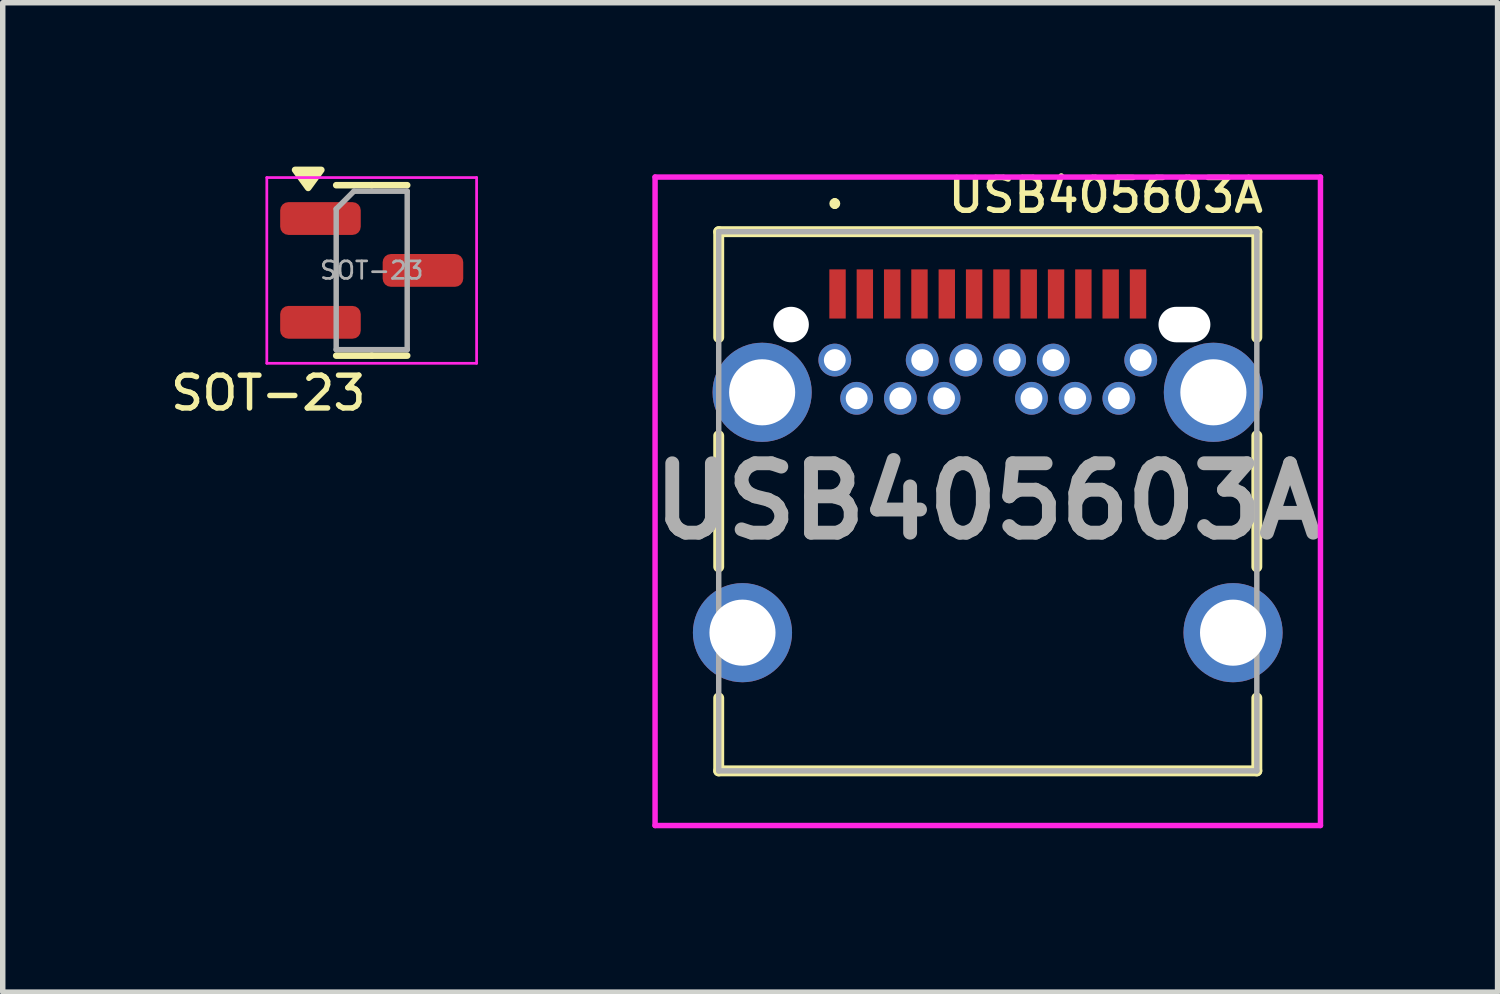
<source format=kicad_pcb>
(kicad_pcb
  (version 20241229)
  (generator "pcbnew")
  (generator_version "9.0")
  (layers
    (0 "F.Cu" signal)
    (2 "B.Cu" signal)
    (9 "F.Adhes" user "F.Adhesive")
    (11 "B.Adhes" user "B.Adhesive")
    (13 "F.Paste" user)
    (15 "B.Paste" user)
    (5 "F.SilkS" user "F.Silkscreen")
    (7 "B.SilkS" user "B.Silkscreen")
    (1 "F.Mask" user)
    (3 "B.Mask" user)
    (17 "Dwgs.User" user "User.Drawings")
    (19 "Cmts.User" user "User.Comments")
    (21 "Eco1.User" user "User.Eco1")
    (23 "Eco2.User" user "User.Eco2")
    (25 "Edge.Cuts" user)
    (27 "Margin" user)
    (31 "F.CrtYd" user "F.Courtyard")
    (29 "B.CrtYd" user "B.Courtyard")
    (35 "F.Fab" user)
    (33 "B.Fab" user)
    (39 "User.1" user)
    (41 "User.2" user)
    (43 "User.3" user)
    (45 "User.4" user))
  (footprint "USB405603A"
    (layer "F.Cu")
    (at 15.031 8.531)
    (property "Reference" "USB405603A" (at 2.16 -8.005 0) (layer "F.SilkS") (effects (font (size 0.6 0.6) (thickness 0.1))))
    (attr through_hole)
    (fp_line (start -4.925 -7.34) (end 4.925 -7.34) (stroke (width 0.2) (type solid)) (layer "F.SilkS"))
    (fp_line (start -4.925 -5.405) (end -4.925 -7.34) (stroke (width 0.2) (type solid)) (layer "F.SilkS"))
    (fp_line (start -4.925 -3.605) (end -4.925 -1.205) (stroke (width 0.2) (type solid)) (layer "F.SilkS"))
    (fp_line (start -4.925 1.195) (end -4.925 2.53) (stroke (width 0.2) (type solid)) (layer "F.SilkS"))
    (fp_line (start -4.925 2.53) (end 4.925 2.53) (stroke (width 0.2) (type solid)) (layer "F.SilkS"))
    (fp_line (start -2.8 -7.905) (end -2.8 -7.905) (stroke (width 0.1) (type solid)) (layer "F.SilkS"))
    (fp_line (start -2.8 -7.805) (end -2.8 -7.805) (stroke (width 0.1) (type solid)) (layer "F.SilkS"))
    (fp_line (start 4.925 -7.34) (end 4.925 -5.405) (stroke (width 0.2) (type solid)) (layer "F.SilkS"))
    (fp_line (start 4.925 -1.205) (end 4.925 -3.605) (stroke (width 0.2) (type solid)) (layer "F.SilkS"))
    (fp_line (start 4.925 2.53) (end 4.925 1.195) (stroke (width 0.2) (type solid)) (layer "F.SilkS"))
    (fp_arc (start -2.8 -7.905) (mid -2.75 -7.855) (end -2.8 -7.805) (stroke (width 0.1) (type solid)) (layer "F.SilkS"))
    (fp_arc (start -2.8 -7.805) (mid -2.85 -7.855) (end -2.8 -7.905) (stroke (width 0.1) (type solid)) (layer "F.SilkS"))
    (fp_line (start -6.09 -8.34) (end 6.09 -8.34) (stroke (width 0.1) (type solid)) (layer "F.CrtYd"))
    (fp_line (start -6.09 3.53) (end -6.09 -8.34) (stroke (width 0.1) (type solid)) (layer "F.CrtYd"))
    (fp_line (start 6.09 -8.34) (end 6.09 3.53) (stroke (width 0.1) (type solid)) (layer "F.CrtYd"))
    (fp_line (start 6.09 3.53) (end -6.09 3.53) (stroke (width 0.1) (type solid)) (layer "F.CrtYd"))
    (fp_line (start -4.925 -7.34) (end 4.925 -7.34) (stroke (width 0.1) (type solid)) (layer "F.Fab"))
    (fp_line (start -4.925 2.53) (end -4.925 -7.34) (stroke (width 0.1) (type solid)) (layer "F.Fab"))
    (fp_line (start 4.925 -7.34) (end 4.925 2.53) (stroke (width 0.1) (type solid)) (layer "F.Fab"))
    (fp_line (start 4.925 2.53) (end -4.925 2.53) (stroke (width 0.1) (type solid)) (layer "F.Fab"))
    (fp_text user "${REFERENCE}" (at 0 -2.405 0) (layer "F.Fab") (effects (font (size 1.27 1.27) (thickness 0.254))))
    (pad "" np_thru_hole circle (at -3.6 -5.64) (size 0.65 0.65) (drill 0.65) (layers "*.Cu" "*.Mask"))
    (pad "" np_thru_hole oval (at 3.6 -5.64) (size 0.95 0.65) (drill oval 0.95 0.65) (layers "*.Cu" "*.Mask"))
    (pad "A1" smd rect (at -2.75 -6.2) (size 0.3 0.9) (layers "F.Cu" "F.Mask" "F.Paste"))
    (pad "A2" smd rect (at -2.25 -6.2) (size 0.3 0.9) (layers "F.Cu" "F.Mask" "F.Paste"))
    (pad "A3" smd rect (at -1.75 -6.2) (size 0.3 0.9) (layers "F.Cu" "F.Mask" "F.Paste"))
    (pad "A4" smd rect (at -1.25 -6.2) (size 0.3 0.9) (layers "F.Cu" "F.Mask" "F.Paste"))
    (pad "A5" smd rect (at -0.75 -6.2) (size 0.3 0.9) (layers "F.Cu" "F.Mask" "F.Paste"))
    (pad "A6" smd rect (at -0.25 -6.2) (size 0.3 0.9) (layers "F.Cu" "F.Mask" "F.Paste"))
    (pad "A7" smd rect (at 0.25 -6.2) (size 0.3 0.9) (layers "F.Cu" "F.Mask" "F.Paste"))
    (pad "A8" smd rect (at 0.75 -6.2) (size 0.3 0.9) (layers "F.Cu" "F.Mask" "F.Paste"))
    (pad "A9" smd rect (at 1.25 -6.2) (size 0.3 0.9) (layers "F.Cu" "F.Mask" "F.Paste"))
    (pad "A10" smd rect (at 1.75 -6.2) (size 0.3 0.9) (layers "F.Cu" "F.Mask" "F.Paste"))
    (pad "A11" smd rect (at 2.25 -6.2) (size 0.3 0.9) (layers "F.Cu" "F.Mask" "F.Paste"))
    (pad "A12" smd rect (at 2.75 -6.2) (size 0.3 0.9) (layers "F.Cu" "F.Mask" "F.Paste"))
    (pad "B1" thru_hole circle (at 2.8 -4.99) (size 0.6 0.6) (drill 0.4) (layers "*.Cu" "*.Mask"))
    (pad "B2" thru_hole circle (at 2.4 -4.29) (size 0.6 0.6) (drill 0.4) (layers "*.Cu" "*.Mask"))
    (pad "B3" thru_hole circle (at 1.6 -4.29) (size 0.6 0.6) (drill 0.4) (layers "*.Cu" "*.Mask"))
    (pad "B4" thru_hole circle (at 1.2 -4.99) (size 0.6 0.6) (drill 0.4) (layers "*.Cu" "*.Mask"))
    (pad "B5" thru_hole circle (at 0.8 -4.29) (size 0.6 0.6) (drill 0.4) (layers "*.Cu" "*.Mask"))
    (pad "B6" thru_hole circle (at 0.4 -4.99) (size 0.6 0.6) (drill 0.4) (layers "*.Cu" "*.Mask"))
    (pad "B7" thru_hole circle (at -0.4 -4.99) (size 0.6 0.6) (drill 0.4) (layers "*.Cu" "*.Mask"))
    (pad "B8" thru_hole circle (at -0.8 -4.29) (size 0.6 0.6) (drill 0.4) (layers "*.Cu" "*.Mask"))
    (pad "B9" thru_hole circle (at -1.2 -4.99) (size 0.6 0.6) (drill 0.4) (layers "*.Cu" "*.Mask"))
    (pad "B10" thru_hole circle (at -1.6 -4.29) (size 0.6 0.6) (drill 0.4) (layers "*.Cu" "*.Mask"))
    (pad "B11" thru_hole circle (at -2.4 -4.29) (size 0.6 0.6) (drill 0.4) (layers "*.Cu" "*.Mask"))
    (pad "B12" thru_hole circle (at -2.8 -4.99) (size 0.6 0.6) (drill 0.4) (layers "*.Cu" "*.Mask"))
    (pad "MH1" thru_hole circle (at -4.13 -4.4) (size 1.815 1.815) (drill 1.21) (layers "*.Cu" "*.Mask"))
    (pad "MH2" thru_hole circle (at 4.13 -4.4) (size 1.815 1.815) (drill 1.21) (layers "*.Cu" "*.Mask"))
    (pad "MH3" thru_hole circle (at 4.49 0) (size 1.815 1.815) (drill 1.21) (layers "*.Cu" "*.Mask"))
    (pad "MH4" thru_hole circle (at -4.49 0) (size 1.815 1.815) (drill 1.21) (layers "*.Cu" "*.Mask")))
  (footprint "SOT-23"
    (layer "F.Cu")
    (at 3.754 1.9)
    (property "Reference" "SOT-23" (at -1.893 2.245 180) (layer "F.SilkS") (effects (font (size 0.6 0.6) (thickness 0.1))))
    (attr smd)
    (fp_line (start 0 -1.56) (end -0.65 -1.56) (stroke (width 0.12) (type solid)) (layer "F.SilkS"))
    (fp_line (start 0 -1.56) (end 0.65 -1.56) (stroke (width 0.12) (type solid)) (layer "F.SilkS"))
    (fp_line (start 0 1.56) (end -0.65 1.56) (stroke (width 0.12) (type solid)) (layer "F.SilkS"))
    (fp_line (start 0 1.56) (end 0.65 1.56) (stroke (width 0.12) (type solid)) (layer "F.SilkS"))
    (fp_poly (pts (xy -1.163 -1.51) (xy -1.403 -1.84) (xy -0.922 -1.84) (xy -1.163 -1.51)) (stroke (width 0.12) (type solid)) (fill yes) (layer "F.SilkS"))
    (fp_line (start -1.92 -1.7) (end -1.92 1.7) (stroke (width 0.05) (type solid)) (layer "F.CrtYd"))
    (fp_line (start -1.92 1.7) (end 1.92 1.7) (stroke (width 0.05) (type solid)) (layer "F.CrtYd"))
    (fp_line (start 1.92 -1.7) (end -1.92 -1.7) (stroke (width 0.05) (type solid)) (layer "F.CrtYd"))
    (fp_line (start 1.92 1.7) (end 1.92 -1.7) (stroke (width 0.05) (type solid)) (layer "F.CrtYd"))
    (fp_line (start -0.65 -1.125) (end -0.325 -1.45) (stroke (width 0.1) (type solid)) (layer "F.Fab"))
    (fp_line (start -0.65 1.45) (end -0.65 -1.125) (stroke (width 0.1) (type solid)) (layer "F.Fab"))
    (fp_line (start -0.325 -1.45) (end 0.65 -1.45) (stroke (width 0.1) (type solid)) (layer "F.Fab"))
    (fp_line (start 0.65 -1.45) (end 0.65 1.45) (stroke (width 0.1) (type solid)) (layer "F.Fab"))
    (fp_line (start 0.65 1.45) (end -0.65 1.45) (stroke (width 0.1) (type solid)) (layer "F.Fab"))
    (fp_text user "${REFERENCE}" (at 0 0 180) (layer "F.Fab") (effects (font (size 0.32 0.32) (thickness 0.05))))
    (pad "1" smd roundrect (at -0.938 -0.95) (size 1.475 0.6) (layers "F.Cu" "F.Mask" "F.Paste") (roundrect_rratio 0.25))
    (pad "2" smd roundrect (at -0.938 0.95) (size 1.475 0.6) (layers "F.Cu" "F.Mask" "F.Paste") (roundrect_rratio 0.25))
    (pad "3" smd roundrect (at 0.938 0) (size 1.475 0.6) (layers "F.Cu" "F.Mask" "F.Paste") (roundrect_rratio 0.25)))
  (gr_rect
    (start -3 -3)
    (end 24.363 15.111)
    (stroke (width 0.1) (type default))
    (fill no)
    (layer "Edge.Cuts")))
</source>
